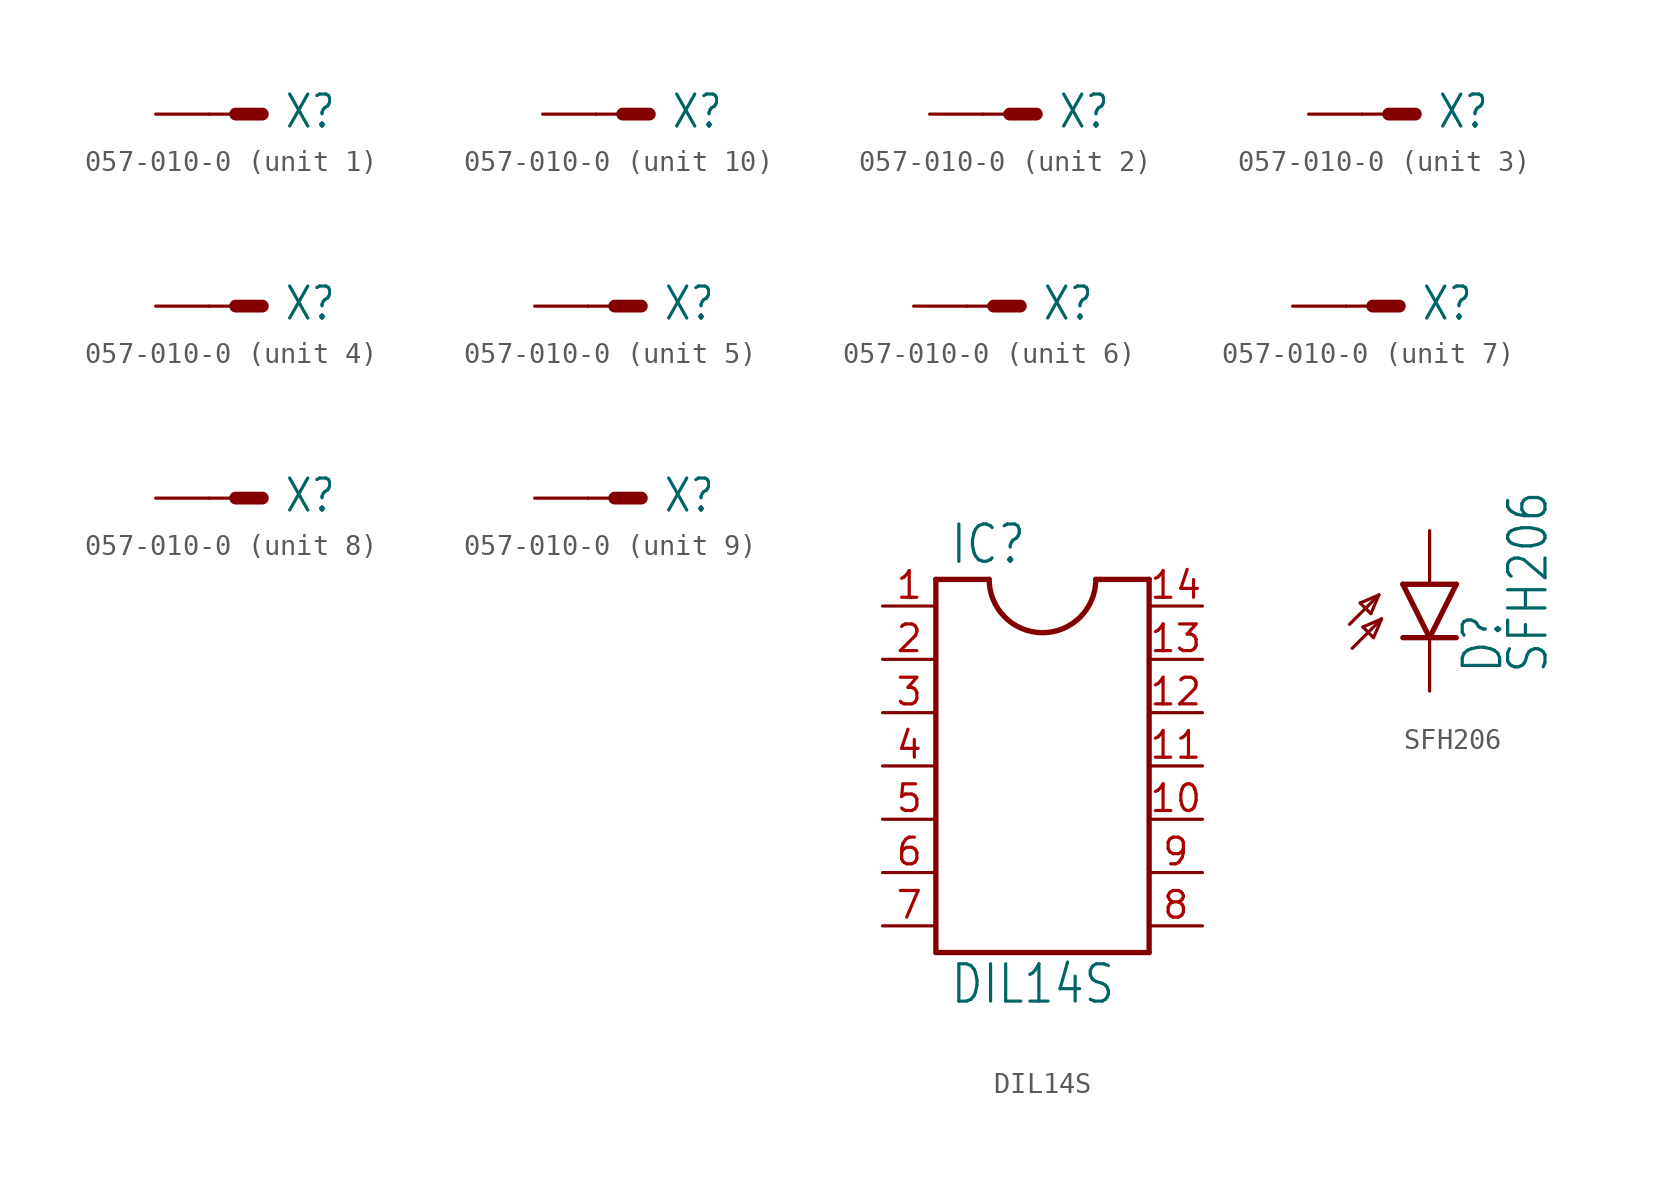
<source format=kicad_sym>
(kicad_symbol_lib
  (version 20210619)
  (generator kicad_symbol_editor)
  (symbol "057-010-0"
    (property "Reference" "X"
      (at 1.016 -0.762 0)
      (effects (font (size 1.524 1.295)) (justify left bottom)))
    (property "ki_locked" ""
      (at 0 0 0)
      (effects (font (size 1.27 1.27))))
    (symbol "057-010-0_1_0"
      (polyline (pts (xy -2.54 0) (xy -1.27 0)) (stroke (width 0.152)) (fill (type none)))
      (polyline (pts (xy 0 0) (xy -1.27 0)) (stroke (width 0.61)) (fill (type none)))
      (pin passive line (at -5.08 0 0) (length 2.54) (name "S" (effects (font (size 0 0)))) (number "1" (effects (font (size 0 0))))))
    (symbol "057-010-0_2_0"
      (polyline (pts (xy -2.54 0) (xy -1.27 0)) (stroke (width 0.152)) (fill (type none)))
      (polyline (pts (xy 0 0) (xy -1.27 0)) (stroke (width 0.61)) (fill (type none)))
      (pin passive line (at -5.08 0 0) (length 2.54) (name "S" (effects (font (size 0 0)))) (number "2" (effects (font (size 0 0))))))
    (symbol "057-010-0_3_0"
      (polyline (pts (xy -2.54 0) (xy -1.27 0)) (stroke (width 0.152)) (fill (type none)))
      (polyline (pts (xy 0 0) (xy -1.27 0)) (stroke (width 0.61)) (fill (type none)))
      (pin passive line (at -5.08 0 0) (length 2.54) (name "S" (effects (font (size 0 0)))) (number "3" (effects (font (size 0 0))))))
    (symbol "057-010-0_4_0"
      (polyline (pts (xy -2.54 0) (xy -1.27 0)) (stroke (width 0.152)) (fill (type none)))
      (polyline (pts (xy 0 0) (xy -1.27 0)) (stroke (width 0.61)) (fill (type none)))
      (pin passive line (at -5.08 0 0) (length 2.54) (name "S" (effects (font (size 0 0)))) (number "4" (effects (font (size 0 0))))))
    (symbol "057-010-0_5_0"
      (polyline (pts (xy -2.54 0) (xy -1.27 0)) (stroke (width 0.152)) (fill (type none)))
      (polyline (pts (xy 0 0) (xy -1.27 0)) (stroke (width 0.61)) (fill (type none)))
      (pin passive line (at -5.08 0 0) (length 2.54) (name "S" (effects (font (size 0 0)))) (number "5" (effects (font (size 0 0))))))
    (symbol "057-010-0_6_0"
      (polyline (pts (xy -2.54 0) (xy -1.27 0)) (stroke (width 0.152)) (fill (type none)))
      (polyline (pts (xy 0 0) (xy -1.27 0)) (stroke (width 0.61)) (fill (type none)))
      (pin passive line (at -5.08 0 0) (length 2.54) (name "S" (effects (font (size 0 0)))) (number "6" (effects (font (size 0 0))))))
    (symbol "057-010-0_7_0"
      (polyline (pts (xy -2.54 0) (xy -1.27 0)) (stroke (width 0.152)) (fill (type none)))
      (polyline (pts (xy 0 0) (xy -1.27 0)) (stroke (width 0.61)) (fill (type none)))
      (pin passive line (at -5.08 0 0) (length 2.54) (name "S" (effects (font (size 0 0)))) (number "7" (effects (font (size 0 0))))))
    (symbol "057-010-0_8_0"
      (polyline (pts (xy -2.54 0) (xy -1.27 0)) (stroke (width 0.152)) (fill (type none)))
      (polyline (pts (xy 0 0) (xy -1.27 0)) (stroke (width 0.61)) (fill (type none)))
      (pin passive line (at -5.08 0 0) (length 2.54) (name "S" (effects (font (size 0 0)))) (number "8" (effects (font (size 0 0))))))
    (symbol "057-010-0_9_0"
      (polyline (pts (xy -2.54 0) (xy -1.27 0)) (stroke (width 0.152)) (fill (type none)))
      (polyline (pts (xy 0 0) (xy -1.27 0)) (stroke (width 0.61)) (fill (type none)))
      (pin passive line (at -5.08 0 0) (length 2.54) (name "S" (effects (font (size 0 0)))) (number "9" (effects (font (size 0 0))))))
    (symbol "057-010-0_10_0"
      (polyline (pts (xy -2.54 0) (xy -1.27 0)) (stroke (width 0.152)) (fill (type none)))
      (polyline (pts (xy 0 0) (xy -1.27 0)) (stroke (width 0.61)) (fill (type none)))
      (pin passive line (at -5.08 0 0) (length 2.54) (name "S" (effects (font (size 0 0)))) (number "10" (effects (font (size 0 0)))))))
  (symbol "DIL14S"
    (property "Reference" "IC"
      (at -4.445 9.525 0)
      (effects (font (size 1.778 1.511)) (justify left bottom)))
    (property "Value" "DIL14S"
      (at -4.445 -11.43 0)
      (effects (font (size 1.778 1.511)) (justify left bottom)))
    (property "ki_locked" ""
      (at 0 0 0)
      (effects (font (size 1.27 1.27))))
    (symbol "DIL14S_1_0"
      (arc (start -2.54 8.89) (end 2.54 8.89) (radius (at 0 8.89) (length 2.54) (angles -179.9 -0.1)) (stroke (width 0.254)) (fill (type none)))
      (polyline (pts (xy -5.08 -8.89) (xy 5.08 -8.89)) (stroke (width 0.254)) (fill (type none)))
      (polyline (pts (xy -5.08 8.89) (xy -5.08 -8.89)) (stroke (width 0.254)) (fill (type none)))
      (polyline (pts (xy -5.08 8.89) (xy -2.54 8.89)) (stroke (width 0.254)) (fill (type none)))
      (polyline (pts (xy 5.08 -8.89) (xy 5.08 8.89)) (stroke (width 0.254)) (fill (type none)))
      (polyline (pts (xy 5.08 8.89) (xy 2.54 8.89)) (stroke (width 0.254)) (fill (type none)))
      (pin passive line (at -7.62 7.62 0) (length 2.54) (name "1" (effects (font (size 0 0)))) (number "1" (effects (font (size 1.27 1.27)))))
      (pin passive line (at 7.62 -2.54 180) (length 2.54) (name "10" (effects (font (size 0 0)))) (number "10" (effects (font (size 1.27 1.27)))))
      (pin passive line (at 7.62 0 180) (length 2.54) (name "11" (effects (font (size 0 0)))) (number "11" (effects (font (size 1.27 1.27)))))
      (pin passive line (at 7.62 2.54 180) (length 2.54) (name "12" (effects (font (size 0 0)))) (number "12" (effects (font (size 1.27 1.27)))))
      (pin passive line (at 7.62 5.08 180) (length 2.54) (name "13" (effects (font (size 0 0)))) (number "13" (effects (font (size 1.27 1.27)))))
      (pin passive line (at 7.62 7.62 180) (length 2.54) (name "14" (effects (font (size 0 0)))) (number "14" (effects (font (size 1.27 1.27)))))
      (pin passive line (at -7.62 5.08 0) (length 2.54) (name "2" (effects (font (size 0 0)))) (number "2" (effects (font (size 1.27 1.27)))))
      (pin passive line (at -7.62 2.54 0) (length 2.54) (name "3" (effects (font (size 0 0)))) (number "3" (effects (font (size 1.27 1.27)))))
      (pin passive line (at -7.62 0 0) (length 2.54) (name "4" (effects (font (size 0 0)))) (number "4" (effects (font (size 1.27 1.27)))))
      (pin passive line (at -7.62 -2.54 0) (length 2.54) (name "5" (effects (font (size 0 0)))) (number "5" (effects (font (size 1.27 1.27)))))
      (pin passive line (at -7.62 -5.08 0) (length 2.54) (name "6" (effects (font (size 0 0)))) (number "6" (effects (font (size 1.27 1.27)))))
      (pin passive line (at -7.62 -7.62 0) (length 2.54) (name "7" (effects (font (size 0 0)))) (number "7" (effects (font (size 1.27 1.27)))))
      (pin passive line (at 7.62 -7.62 180) (length 2.54) (name "8" (effects (font (size 0 0)))) (number "8" (effects (font (size 1.27 1.27)))))
      (pin passive line (at 7.62 -5.08 180) (length 2.54) (name "9" (effects (font (size 0 0)))) (number "9" (effects (font (size 1.27 1.27)))))))
  (symbol "SFH206"
    (property "Reference" "D"
      (at 3.556 -4.318 90)
      (effects (font (size 1.778 1.511)) (justify left bottom)))
    (property "Value" "SFH206"
      (at 5.715 -4.318 90)
      (effects (font (size 1.778 1.511)) (justify left bottom)))
    (property "ki_locked" ""
      (at 0 0 0)
      (effects (font (size 1.27 1.27))))
    (symbol "SFH206_1_0"
      (polyline (pts (xy -3.81 -1.905) (xy -2.413 -0.508)) (stroke (width 0.152)) (fill (type none)))
      (polyline (pts (xy -3.683 -3.048) (xy -2.286 -1.651)) (stroke (width 0.152)) (fill (type none)))
      (polyline (pts (xy -3.302 -0.889) (xy -2.794 -1.397)) (stroke (width 0.152)) (fill (type none)))
      (polyline (pts (xy -3.175 -2.032) (xy -2.667 -2.54)) (stroke (width 0.152)) (fill (type none)))
      (polyline (pts (xy -2.794 -1.397) (xy -2.413 -0.508)) (stroke (width 0.152)) (fill (type none)))
      (polyline (pts (xy -2.667 -2.54) (xy -2.286 -1.651)) (stroke (width 0.152)) (fill (type none)))
      (polyline (pts (xy -2.413 -0.508) (xy -3.302 -0.889)) (stroke (width 0.152)) (fill (type none)))
      (polyline (pts (xy -2.286 -1.651) (xy -3.175 -2.032)) (stroke (width 0.152)) (fill (type none)))
      (polyline (pts (xy 0 -2.54) (xy -1.27 -2.54)) (stroke (width 0.254)) (fill (type none)))
      (polyline (pts (xy 0 -2.54) (xy -1.27 0)) (stroke (width 0.254)) (fill (type none)))
      (polyline (pts (xy 0 0) (xy -1.27 0)) (stroke (width 0.254)) (fill (type none)))
      (polyline (pts (xy 0 2.54) (xy 0 0)) (stroke (width 0.152)) (fill (type none)))
      (polyline (pts (xy 1.27 -2.54) (xy 0 -2.54)) (stroke (width 0.254)) (fill (type none)))
      (polyline (pts (xy 1.27 0) (xy 0 -2.54)) (stroke (width 0.254)) (fill (type none)))
      (polyline (pts (xy 1.27 0) (xy 0 0)) (stroke (width 0.254)) (fill (type none)))
      (pin passive line (at 0 2.54 270) (length 0) (name "A" (effects (font (size 0 0)))) (number "A" (effects (font (size 0 0)))))
      (pin passive line (at 0 -5.08 90) (length 2.54) (name "C" (effects (font (size 0 0)))) (number "K" (effects (font (size 0 0))))))))
</source>
